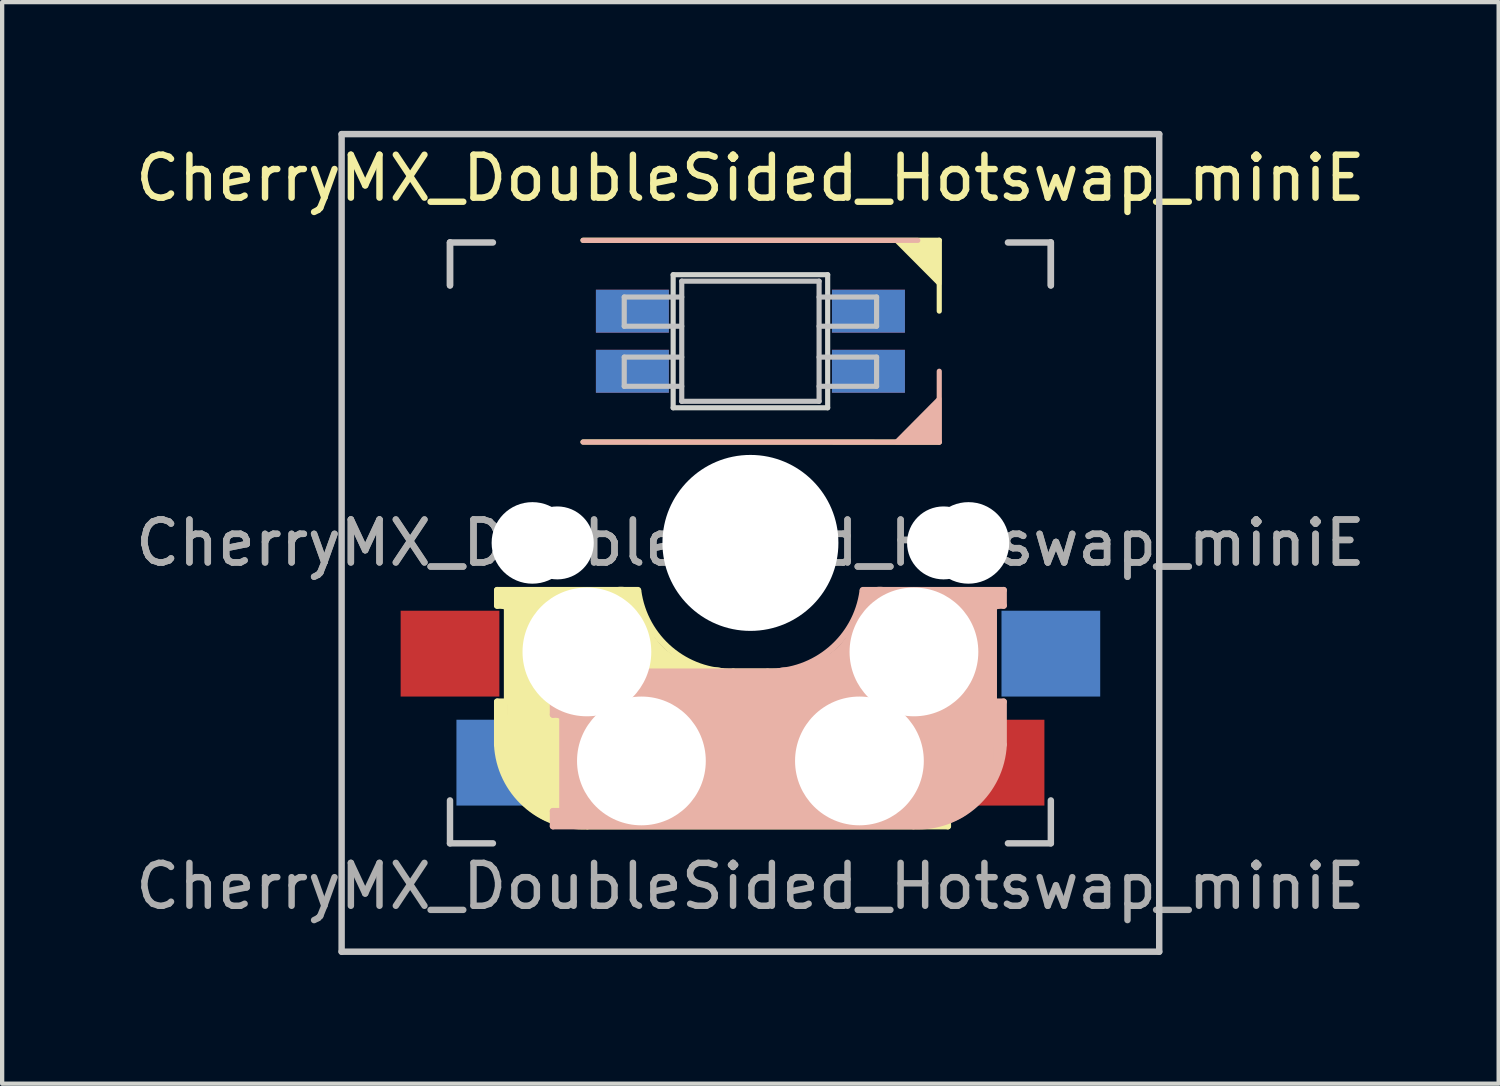
<source format=kicad_pcb>
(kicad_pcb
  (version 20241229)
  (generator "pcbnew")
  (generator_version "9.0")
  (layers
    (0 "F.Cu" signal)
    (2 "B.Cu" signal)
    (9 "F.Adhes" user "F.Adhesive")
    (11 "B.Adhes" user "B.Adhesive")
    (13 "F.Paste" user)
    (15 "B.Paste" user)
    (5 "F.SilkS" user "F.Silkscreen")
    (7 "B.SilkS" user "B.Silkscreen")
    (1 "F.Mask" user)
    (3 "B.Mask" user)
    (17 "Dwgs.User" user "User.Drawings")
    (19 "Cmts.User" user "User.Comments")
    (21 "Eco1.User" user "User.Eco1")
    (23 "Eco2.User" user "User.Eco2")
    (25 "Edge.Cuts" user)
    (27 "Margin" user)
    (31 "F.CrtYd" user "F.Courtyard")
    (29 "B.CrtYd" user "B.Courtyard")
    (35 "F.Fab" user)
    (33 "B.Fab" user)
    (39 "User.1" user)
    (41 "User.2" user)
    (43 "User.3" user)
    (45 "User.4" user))
  (footprint "CherryMX_DoubleSided_Hotswap_miniE"
    (layer "F.Cu")
    (at 14.435 9.6)
    (property "Reference" "CherryMX_DoubleSided_Hotswap_miniE" (at 0 -8.5 180) (layer "F.SilkS") (effects (font (size 1 1) (thickness 0.15))))
    (attr through_hole)
    (fp_line (start -5.9 1.1) (end -5.9 1.46) (stroke (width 0.15) (type solid)) (layer "F.SilkS"))
    (fp_line (start -5.9 1.1) (end -2.62 1.1) (stroke (width 0.15) (type solid)) (layer "F.SilkS"))
    (fp_line (start -5.9 3.7) (end -5.7 3.7) (stroke (width 0.15) (type solid)) (layer "F.SilkS"))
    (fp_line (start -5.9 4.7) (end -5.9 3.7) (stroke (width 0.15) (type solid)) (layer "F.SilkS"))
    (fp_line (start -5.8 3.8) (end -5.8 4.7) (stroke (width 0.3) (type solid)) (layer "F.SilkS"))
    (fp_line (start -5.7 1.3) (end -3 1.3) (stroke (width 0.5) (type solid)) (layer "F.SilkS"))
    (fp_line (start -5.7 1.46) (end -5.9 1.46) (stroke (width 0.15) (type solid)) (layer "F.SilkS"))
    (fp_line (start -5.67 3.7) (end -5.67 1.46) (stroke (width 0.15) (type solid)) (layer "F.SilkS"))
    (fp_line (start -5.3 1.6) (end -5.3 3.4) (stroke (width 0.8) (type solid)) (layer "F.SilkS"))
    (fp_line (start -4.17 5.1) (end -4.17 2.86) (stroke (width 3) (type solid)) (layer "F.SilkS"))
    (fp_line (start -3.9 -7.052) (end 4.4 -7.052) (stroke (width 0.12) (type solid)) (layer "F.SilkS"))
    (fp_line (start -0.4 3) (end 4.6 3) (stroke (width 0.15) (type solid)) (layer "F.SilkS"))
    (fp_line (start 2.6 4.8) (end -4.1 4.8) (stroke (width 3.5) (type solid)) (layer "F.SilkS"))
    (fp_line (start 3.9 6) (end 3.9 3.5) (stroke (width 1) (type solid)) (layer "F.SilkS"))
    (fp_line (start 4.3 3.3) (end 2.9 3.3) (stroke (width 0.5) (type solid)) (layer "F.SilkS"))
    (fp_line (start 4.38 4) (end 4.38 6.25) (stroke (width 0.15) (type solid)) (layer "F.SilkS"))
    (fp_line (start 4.4 -7.052) (end 4.4 -5.401) (stroke (width 0.12) (type solid)) (layer "F.SilkS"))
    (fp_line (start 4.4 -2.349) (end -3.9 -2.352) (stroke (width 0.12) (type solid)) (layer "F.SilkS"))
    (fp_line (start 4.4 3.9) (end 4.4 3.2) (stroke (width 0.4) (type solid)) (layer "F.SilkS"))
    (fp_line (start 4.4 6.25) (end 4.6 6.25) (stroke (width 0.15) (type solid)) (layer "F.SilkS"))
    (fp_line (start 4.4 6.4) (end 3 6.4) (stroke (width 0.4) (type solid)) (layer "F.SilkS"))
    (fp_line (start 4.6 3) (end 4.6 4) (stroke (width 0.15) (type solid)) (layer "F.SilkS"))
    (fp_line (start 4.6 4) (end 4.4 4) (stroke (width 0.15) (type solid)) (layer "F.SilkS"))
    (fp_line (start 4.6 6.25) (end 4.6 6.6) (stroke (width 0.15) (type solid)) (layer "F.SilkS"))
    (fp_line (start 4.6 6.6) (end -3.8 6.6) (stroke (width 0.15) (type solid)) (layer "F.SilkS"))
    (fp_arc (start -3.8 6.600001) (mid -5.243504 6.084925) (end -5.900001 4.7) (stroke (width 0.15) (type solid)) (layer "F.SilkS"))
    (fp_arc (start -0.8 3.4) (mid -2.268709 2.886118) (end -3.016318 1.521471) (stroke (width 1) (type solid)) (layer "F.SilkS"))
    (fp_arc (start -0.4 3) (mid -1.868709 2.486118) (end -2.616318 1.121471) (stroke (width 0.15) (type solid)) (layer "F.SilkS"))
    (fp_poly (pts (xy 3.392 -7.049) (xy 4.4 -7.052) (xy 4.4 -6.036)) (stroke (width 0.1) (type solid)) (fill yes) (layer "F.SilkS"))
    (fp_line (start -4.6 3) (end -4.6 4) (stroke (width 0.15) (type solid)) (layer "B.SilkS"))
    (fp_line (start -4.6 4) (end -4.4 4) (stroke (width 0.15) (type solid)) (layer "B.SilkS"))
    (fp_line (start -4.6 6.25) (end -4.6 6.6) (stroke (width 0.15) (type solid)) (layer "B.SilkS"))
    (fp_line (start -4.6 6.6) (end 3.8 6.6) (stroke (width 0.15) (type solid)) (layer "B.SilkS"))
    (fp_line (start -4.4 3.9) (end -4.4 3.2) (stroke (width 0.4) (type solid)) (layer "B.SilkS"))
    (fp_line (start -4.4 6.25) (end -4.6 6.25) (stroke (width 0.15) (type solid)) (layer "B.SilkS"))
    (fp_line (start -4.4 6.4) (end -3 6.4) (stroke (width 0.4) (type solid)) (layer "B.SilkS"))
    (fp_line (start -4.38 4) (end -4.38 6.25) (stroke (width 0.15) (type solid)) (layer "B.SilkS"))
    (fp_line (start -4.3 3.3) (end -2.9 3.3) (stroke (width 0.5) (type solid)) (layer "B.SilkS"))
    (fp_line (start -3.9 -2.349) (end 4.4 -2.349) (stroke (width 0.12) (type solid)) (layer "B.SilkS"))
    (fp_line (start -3.9 6) (end -3.9 3.5) (stroke (width 1) (type solid)) (layer "B.SilkS"))
    (fp_line (start -2.6 4.8) (end 4.1 4.8) (stroke (width 3.5) (type solid)) (layer "B.SilkS"))
    (fp_line (start 0.4 3) (end -4.6 3) (stroke (width 0.15) (type solid)) (layer "B.SilkS"))
    (fp_line (start 3.9 -7.049) (end -3.9 -7.049) (stroke (width 0.12) (type solid)) (layer "B.SilkS"))
    (fp_line (start 4.17 5.1) (end 4.17 2.86) (stroke (width 3) (type solid)) (layer "B.SilkS"))
    (fp_line (start 4.4 -2.349) (end 4.4 -4) (stroke (width 0.12) (type solid)) (layer "B.SilkS"))
    (fp_line (start 5.3 1.6) (end 5.3 3.4) (stroke (width 0.8) (type solid)) (layer "B.SilkS"))
    (fp_line (start 5.67 3.7) (end 5.67 1.46) (stroke (width 0.15) (type solid)) (layer "B.SilkS"))
    (fp_line (start 5.7 1.3) (end 3 1.3) (stroke (width 0.5) (type solid)) (layer "B.SilkS"))
    (fp_line (start 5.7 1.46) (end 5.9 1.46) (stroke (width 0.15) (type solid)) (layer "B.SilkS"))
    (fp_line (start 5.8 3.8) (end 5.8 4.7) (stroke (width 0.3) (type solid)) (layer "B.SilkS"))
    (fp_line (start 5.9 1.1) (end 2.62 1.1) (stroke (width 0.15) (type solid)) (layer "B.SilkS"))
    (fp_line (start 5.9 1.1) (end 5.9 1.46) (stroke (width 0.15) (type solid)) (layer "B.SilkS"))
    (fp_line (start 5.9 3.7) (end 5.7 3.7) (stroke (width 0.15) (type solid)) (layer "B.SilkS"))
    (fp_line (start 5.9 4.7) (end 5.9 3.7) (stroke (width 0.15) (type solid)) (layer "B.SilkS"))
    (fp_arc (start 2.616318 1.121471) (mid 1.868709 2.486118) (end 0.4 3) (stroke (width 0.15) (type solid)) (layer "B.SilkS"))
    (fp_arc (start 3.016318 1.521471) (mid 2.268709 2.886118) (end 0.8 3.4) (stroke (width 1) (type solid)) (layer "B.SilkS"))
    (fp_arc (start 5.9 4.699999) (mid 5.243504 6.084924) (end 3.800001 6.6) (stroke (width 0.15) (type solid)) (layer "B.SilkS"))
    (fp_poly (pts (xy 4.4 -3.365) (xy 4.4 -2.349) (xy 3.392 -2.349)) (stroke (width 0.1) (type solid)) (fill yes) (layer "B.SilkS"))
    (fp_line (start -9.525 -9.525) (end 9.525 -9.525) (stroke (width 0.15) (type solid)) (layer "Dwgs.User"))
    (fp_line (start -9.525 9.525) (end -9.525 -9.525) (stroke (width 0.15) (type solid)) (layer "Dwgs.User"))
    (fp_line (start -7 -7) (end -7 -6) (stroke (width 0.15) (type solid)) (layer "Dwgs.User"))
    (fp_line (start -7 -7) (end -6 -7) (stroke (width 0.15) (type solid)) (layer "Dwgs.User"))
    (fp_line (start -7 -6) (end -7 -7) (stroke (width 0.15) (type solid)) (layer "Dwgs.User"))
    (fp_line (start -7 7) (end -7 6) (stroke (width 0.15) (type solid)) (layer "Dwgs.User"))
    (fp_line (start -7 7) (end -6 7) (stroke (width 0.15) (type solid)) (layer "Dwgs.User"))
    (fp_line (start -2.94 -5.729) (end -2.94 -5.049) (stroke (width 0.12) (type solid)) (layer "Dwgs.User"))
    (fp_line (start -2.94 -5.049) (end -1.6 -5.049) (stroke (width 0.12) (type solid)) (layer "Dwgs.User"))
    (fp_line (start -2.94 -4.329) (end -2.94 -3.649) (stroke (width 0.12) (type solid)) (layer "Dwgs.User"))
    (fp_line (start -2.94 -3.649) (end -1.6 -3.649) (stroke (width 0.12) (type solid)) (layer "Dwgs.User"))
    (fp_line (start -1.6 -5.729) (end -2.94 -5.729) (stroke (width 0.12) (type solid)) (layer "Dwgs.User"))
    (fp_line (start -1.6 -4.329) (end -2.94 -4.329) (stroke (width 0.12) (type solid)) (layer "Dwgs.User"))
    (fp_line (start -1.6 -3.299) (end -1.6 -6.099) (stroke (width 0.12) (type solid)) (layer "Dwgs.User"))
    (fp_line (start 1.6 -6.099) (end -1.6 -6.099) (stroke (width 0.12) (type solid)) (layer "Dwgs.User"))
    (fp_line (start 1.6 -5.049) (end 2.94 -5.049) (stroke (width 0.12) (type solid)) (layer "Dwgs.User"))
    (fp_line (start 1.6 -3.649) (end 2.94 -3.649) (stroke (width 0.12) (type solid)) (layer "Dwgs.User"))
    (fp_line (start 1.6 -3.299) (end -1.6 -3.299) (stroke (width 0.12) (type solid)) (layer "Dwgs.User"))
    (fp_line (start 1.6 -3.299) (end 1.6 -6.099) (stroke (width 0.12) (type solid)) (layer "Dwgs.User"))
    (fp_line (start 2.94 -5.729) (end 1.6 -5.729) (stroke (width 0.12) (type solid)) (layer "Dwgs.User"))
    (fp_line (start 2.94 -5.049) (end 2.94 -5.729) (stroke (width 0.12) (type solid)) (layer "Dwgs.User"))
    (fp_line (start 2.94 -4.329) (end 1.6 -4.329) (stroke (width 0.12) (type solid)) (layer "Dwgs.User"))
    (fp_line (start 2.94 -3.649) (end 2.94 -4.329) (stroke (width 0.12) (type solid)) (layer "Dwgs.User"))
    (fp_line (start 7 -7) (end 6 -7) (stroke (width 0.15) (type solid)) (layer "Dwgs.User"))
    (fp_line (start 7 -6) (end 7 -7) (stroke (width 0.15) (type solid)) (layer "Dwgs.User"))
    (fp_line (start 7 -6) (end 7 -7) (stroke (width 0.15) (type solid)) (layer "Dwgs.User"))
    (fp_line (start 7 6) (end 7 7) (stroke (width 0.15) (type solid)) (layer "Dwgs.User"))
    (fp_line (start 7 7) (end 6 7) (stroke (width 0.15) (type solid)) (layer "Dwgs.User"))
    (fp_line (start 9.525 -9.525) (end 9.525 9.525) (stroke (width 0.15) (type solid)) (layer "Dwgs.User"))
    (fp_line (start 9.525 9.525) (end -9.525 9.525) (stroke (width 0.15) (type solid)) (layer "Dwgs.User"))
    (fp_line (start -1.8 -6.249) (end -1.8 -3.149) (stroke (width 0.12) (type solid)) (layer "Edge.Cuts"))
    (fp_line (start -1.8 -3.149) (end 1.8 -3.149) (stroke (width 0.12) (type solid)) (layer "Edge.Cuts"))
    (fp_line (start 1.8 -6.249) (end -1.8 -6.249) (stroke (width 0.12) (type solid)) (layer "Edge.Cuts"))
    (fp_line (start 1.8 -3.149) (end 1.8 -6.249) (stroke (width 0.12) (type solid)) (layer "Edge.Cuts"))
    (fp_text user "${REFERENCE}" (at 0 0 180) (layer "F.Fab") (effects (font (size 1 1) (thickness 0.15))))
    (fp_text user "${REFERENCE}" (at 0 8 180) (layer "F.Fab") (effects (font (size 1 1) (thickness 0.15))))
    (fp_text user "${REFERENCE}" (at 0 0 180) (layer "F.Fab") (effects (font (size 1 1) (thickness 0.15))))
    (pad "" np_thru_hole circle (at -5.08 0 180) (size 1.9 1.9) (drill 1.9) (layers "*.Cu" "*.Mask"))
    (pad "" np_thru_hole circle (at -4.5 0 180) (size 1.7 1.7) (drill 1.7) (layers "*.Cu" "*.Mask"))
    (pad "" np_thru_hole circle (at -3.81 2.54) (size 3 3) (drill 3) (layers "*.Cu" "*.Mask"))
    (pad "" np_thru_hole circle (at -2.54 5.08) (size 3 3) (drill 3) (layers "*.Cu" "*.Mask"))
    (pad "" np_thru_hole circle (at 0 0 270) (size 4.1 4.1) (drill 4.1) (layers "*.Cu" "*.Mask"))
    (pad "" np_thru_hole circle (at 2.54 5.08) (size 3 3) (drill 3) (layers "*.Cu" "*.Mask"))
    (pad "" np_thru_hole circle (at 3.81 2.54) (size 3 3) (drill 3) (layers "*.Cu" "*.Mask"))
    (pad "" np_thru_hole circle (at 4.5 0 180) (size 1.7 1.7) (drill 1.7) (layers "*.Cu" "*.Mask"))
    (pad "" np_thru_hole circle (at 5.08 0 180) (size 1.9 1.9) (drill 1.9) (layers "*.Cu" "*.Mask"))
    (pad "1" smd rect (at -2.75 -5.399 180) (size 1.7 1) (layers "B.Cu" "B.Mask" "B.Paste"))
    (pad "1" smd rect (at -2.75 -3.999 180) (size 1.7 1) (layers "F.Cu" "F.Mask" "F.Paste"))
    (pad "2" smd rect (at -2.75 -5.399 180) (size 1.7 1) (layers "F.Cu" "F.Mask" "F.Paste"))
    (pad "2" smd rect (at -2.75 -3.999 180) (size 1.7 1) (layers "B.Cu" "B.Mask" "B.Paste"))
    (pad "3" smd rect (at 2.75 -5.399 180) (size 1.7 1) (layers "F.Cu" "F.Mask" "F.Paste"))
    (pad "3" smd rect (at 2.75 -3.999 180) (size 1.7 1) (layers "B.Cu" "B.Mask" "B.Paste"))
    (pad "4" smd rect (at 2.75 -5.399 180) (size 1.7 1) (layers "B.Cu" "B.Mask" "B.Paste"))
    (pad "4" smd rect (at 2.75 -3.999 180) (size 1.7 1) (layers "F.Cu" "F.Mask" "F.Paste"))
    (pad "5" smd rect (at -5.7 5.12) (size 2.3 2) (layers "B.Cu" "B.Mask" "B.Paste"))
    (pad "5" smd rect (at 5.7 5.12) (size 2.3 2) (layers "F.Cu" "F.Mask" "F.Paste"))
    (pad "6" smd rect (at -7 2.58) (size 2.3 2) (layers "F.Cu" "F.Mask" "F.Paste"))
    (pad "6" smd rect (at 7 2.58) (size 2.3 2) (layers "B.Cu" "B.Mask" "B.Paste")))
  (gr_rect
    (start -3 -3)
    (end 31.869 22.2)
    (stroke (width 0.1) (type default))
    (fill no)
    (layer "Edge.Cuts")))
</source>
